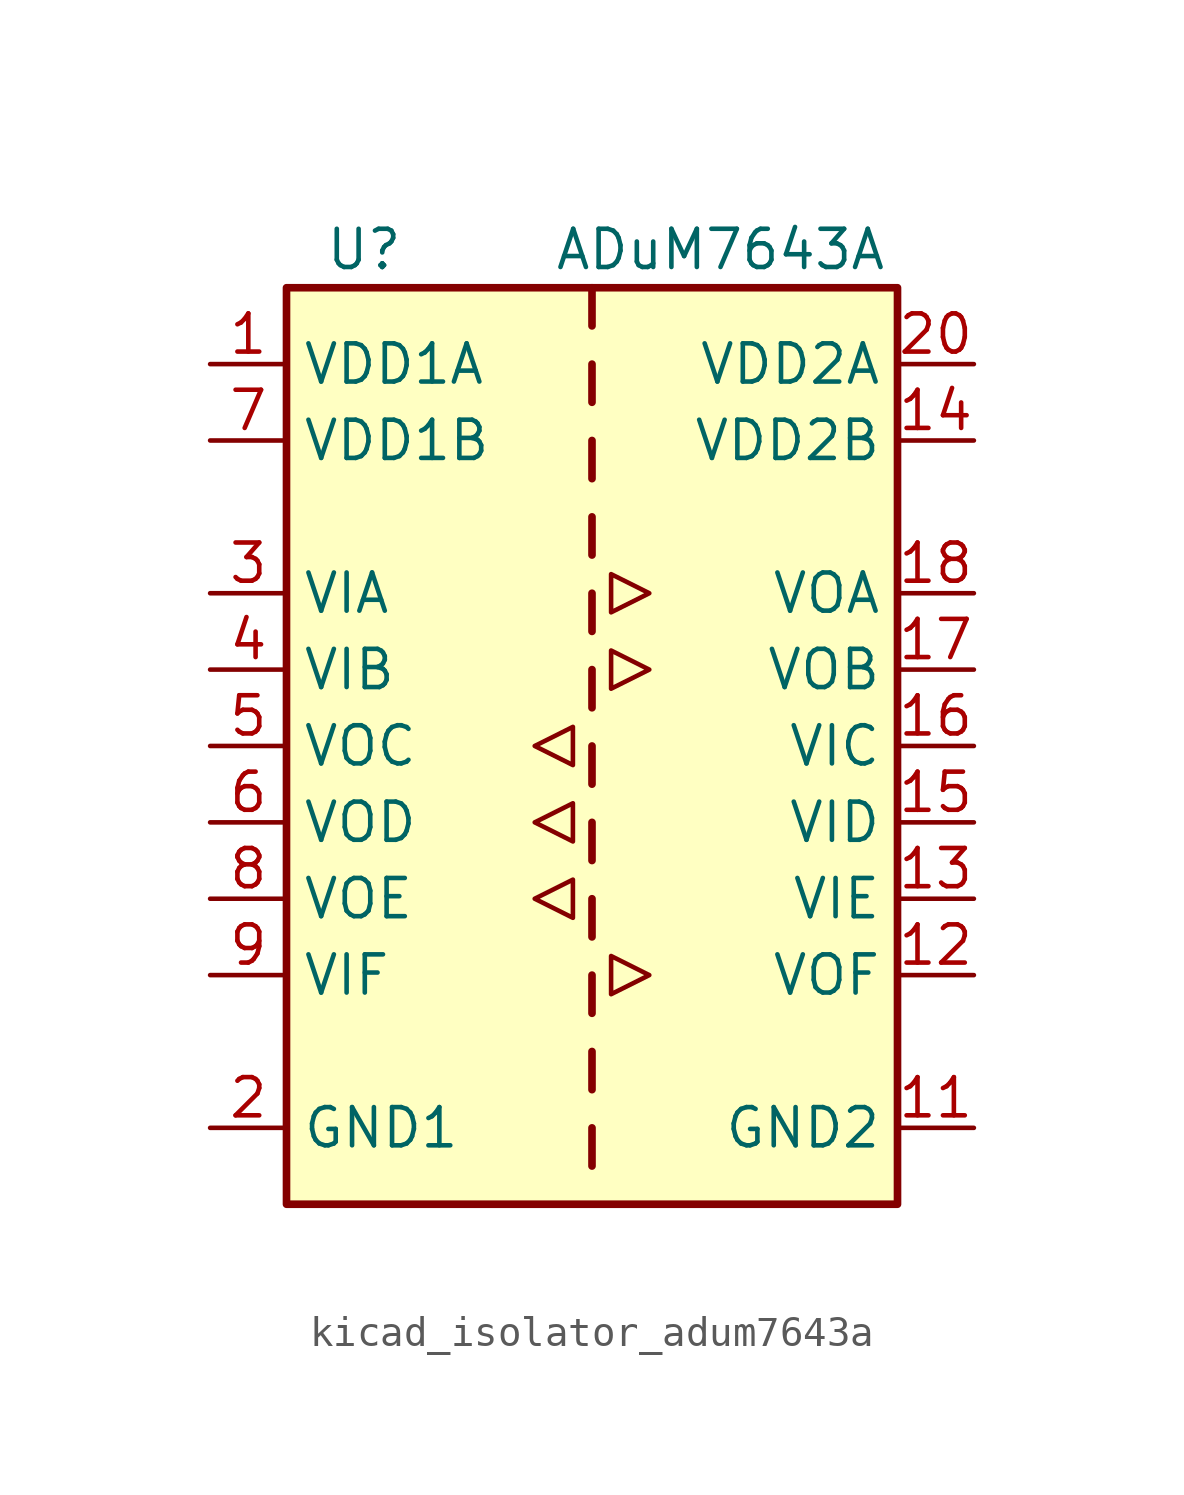
<source format=kicad_sym>
(kicad_symbol_lib
  (version 20220914)
  (generator kicad_symbol_editor)
  (symbol "kicad_isolator_adum7643a"
    (property "Reference" "U"
      (at -8.89 16.51 0)
      (effects (font (size 1.27 1.27)) (justify left)))
    (property "Value" "ADuM7643A"
      (at -1.27 16.51 0)
      (effects (font (size 1.27 1.27)) (justify left)))
    (symbol "kicad_isolator_adum7643a_0_1"
      (polyline (pts (xy -1.905 -5.08) (xy -0.635 -5.715) (xy -0.635 -4.445) (xy -1.905 -5.08)) (stroke (width 0) (type default)) (fill (type none)))
      (polyline (pts (xy -1.905 -2.54) (xy -0.635 -3.175) (xy -0.635 -1.905) (xy -1.905 -2.54)) (stroke (width 0) (type default)) (fill (type none)))
      (polyline (pts (xy -1.905 0) (xy -0.635 -0.635) (xy -0.635 0.635) (xy -1.905 0)) (stroke (width 0) (type default)) (fill (type none)))
      (polyline (pts (xy 0.635 -6.985) (xy 0.635 -8.255) (xy 1.905 -7.62) (xy 0.635 -6.985)) (stroke (width 0) (type default)) (fill (type none)))
      (polyline (pts (xy 0.635 3.175) (xy 0.635 1.905) (xy 1.905 2.54) (xy 0.635 3.175)) (stroke (width 0) (type default)) (fill (type none)))
      (polyline (pts (xy 0.635 5.715) (xy 0.635 4.445) (xy 1.905 5.08) (xy 0.635 5.715)) (stroke (width 0) (type default)) (fill (type none))))
    (symbol "kicad_isolator_adum7643a_1_1"
      (rectangle (start -10.16 15.24) (end 10.16 -15.24) (stroke (width 0.254) (type default)) (fill (type background)))
      (polyline (pts (xy 0 -12.7) (xy 0 -13.97)) (stroke (width 0.254) (type default)) (fill (type none)))
      (polyline (pts (xy 0 -10.16) (xy 0 -11.43)) (stroke (width 0.254) (type default)) (fill (type none)))
      (polyline (pts (xy 0 -7.62) (xy 0 -8.89)) (stroke (width 0.254) (type default)) (fill (type none)))
      (polyline (pts (xy 0 -5.08) (xy 0 -6.35)) (stroke (width 0.254) (type default)) (fill (type none)))
      (polyline (pts (xy 0 -2.54) (xy 0 -3.81)) (stroke (width 0.254) (type default)) (fill (type none)))
      (polyline (pts (xy 0 0) (xy 0 -1.27)) (stroke (width 0.254) (type default)) (fill (type none)))
      (polyline (pts (xy 0 2.54) (xy 0 1.27)) (stroke (width 0.254) (type default)) (fill (type none)))
      (polyline (pts (xy 0 5.08) (xy 0 3.81)) (stroke (width 0.254) (type default)) (fill (type none)))
      (polyline (pts (xy 0 7.62) (xy 0 6.35)) (stroke (width 0.254) (type default)) (fill (type none)))
      (polyline (pts (xy 0 10.16) (xy 0 8.89)) (stroke (width 0.254) (type default)) (fill (type none)))
      (polyline (pts (xy 0 12.7) (xy 0 11.43)) (stroke (width 0.254) (type default)) (fill (type none)))
      (polyline (pts (xy 0 15.24) (xy 0 13.97)) (stroke (width 0.254) (type default)) (fill (type none)))
      (pin power_in line (at -12.7 12.7 0) (length 2.54) (name "VDD1A" (effects (font (size 1.27 1.27)))) (number "1" (effects (font (size 1.27 1.27)))))
      (pin passive line (at -12.7 -12.7 0) (length 2.54) hide (name "GND1" (effects (font (size 1.27 1.27)))) (number "10" (effects (font (size 1.27 1.27)))))
      (pin power_in line (at 12.7 -12.7 180) (length 2.54) (name "GND2" (effects (font (size 1.27 1.27)))) (number "11" (effects (font (size 1.27 1.27)))))
      (pin output line (at 12.7 -7.62 180) (length 2.54) (name "VOF" (effects (font (size 1.27 1.27)))) (number "12" (effects (font (size 1.27 1.27)))))
      (pin input line (at 12.7 -5.08 180) (length 2.54) (name "VIE" (effects (font (size 1.27 1.27)))) (number "13" (effects (font (size 1.27 1.27)))))
      (pin power_in line (at 12.7 10.16 180) (length 2.54) (name "VDD2B" (effects (font (size 1.27 1.27)))) (number "14" (effects (font (size 1.27 1.27)))))
      (pin input line (at 12.7 -2.54 180) (length 2.54) (name "VID" (effects (font (size 1.27 1.27)))) (number "15" (effects (font (size 1.27 1.27)))))
      (pin input line (at 12.7 0 180) (length 2.54) (name "VIC" (effects (font (size 1.27 1.27)))) (number "16" (effects (font (size 1.27 1.27)))))
      (pin output line (at 12.7 2.54 180) (length 2.54) (name "VOB" (effects (font (size 1.27 1.27)))) (number "17" (effects (font (size 1.27 1.27)))))
      (pin output line (at 12.7 5.08 180) (length 2.54) (name "VOA" (effects (font (size 1.27 1.27)))) (number "18" (effects (font (size 1.27 1.27)))))
      (pin passive line (at 12.7 -12.7 180) (length 2.54) hide (name "GND2" (effects (font (size 1.27 1.27)))) (number "19" (effects (font (size 1.27 1.27)))))
      (pin power_in line (at -12.7 -12.7 0) (length 2.54) (name "GND1" (effects (font (size 1.27 1.27)))) (number "2" (effects (font (size 1.27 1.27)))))
      (pin power_in line (at 12.7 12.7 180) (length 2.54) (name "VDD2A" (effects (font (size 1.27 1.27)))) (number "20" (effects (font (size 1.27 1.27)))))
      (pin input line (at -12.7 5.08 0) (length 2.54) (name "VIA" (effects (font (size 1.27 1.27)))) (number "3" (effects (font (size 1.27 1.27)))))
      (pin input line (at -12.7 2.54 0) (length 2.54) (name "VIB" (effects (font (size 1.27 1.27)))) (number "4" (effects (font (size 1.27 1.27)))))
      (pin output line (at -12.7 0 0) (length 2.54) (name "VOC" (effects (font (size 1.27 1.27)))) (number "5" (effects (font (size 1.27 1.27)))))
      (pin output line (at -12.7 -2.54 0) (length 2.54) (name "VOD" (effects (font (size 1.27 1.27)))) (number "6" (effects (font (size 1.27 1.27)))))
      (pin power_in line (at -12.7 10.16 0) (length 2.54) (name "VDD1B" (effects (font (size 1.27 1.27)))) (number "7" (effects (font (size 1.27 1.27)))))
      (pin output line (at -12.7 -5.08 0) (length 2.54) (name "VOE" (effects (font (size 1.27 1.27)))) (number "8" (effects (font (size 1.27 1.27)))))
      (pin input line (at -12.7 -7.62 0) (length 2.54) (name "VIF" (effects (font (size 1.27 1.27)))) (number "9" (effects (font (size 1.27 1.27))))))))
</source>
